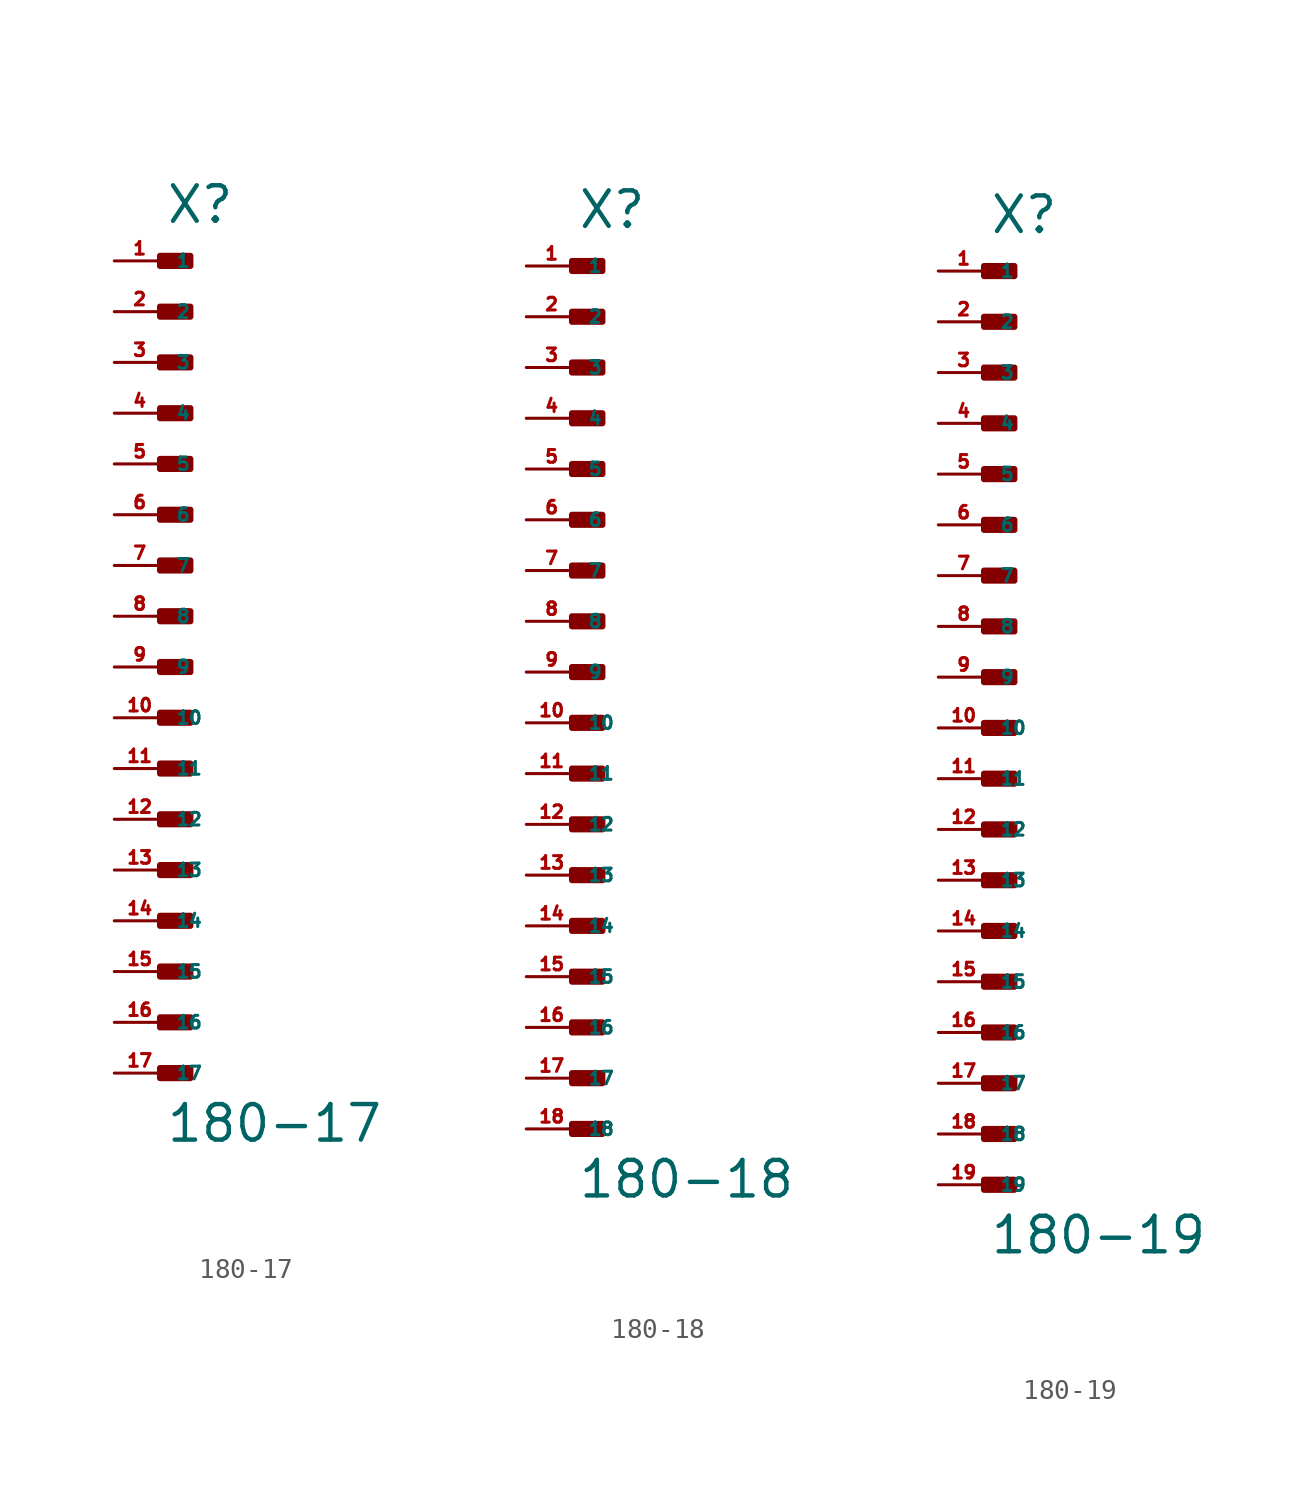
<source format=kicad_sym>
(kicad_symbol_lib
  (version 20220914)
  (generator Eagle2Kicad)
  (symbol "180-17"
    (property "Reference" "X"
      (at 0 22.098 0)
      (effects (font (size 1.778 1.778) (thickness 0.22)) (justify left bottom)))
    (property "Value" "180-17"
      (at 0 -23.876 0)
      (effects (font (size 1.778 1.778) (thickness 0.22)) (justify left bottom)))
    (rectangle
      (start -0.254 20.066)
      (end 1.27 20.574)
      (stroke (width 0.3) (type default))
      (fill (type outline)))
    (rectangle
      (start -0.254 17.526)
      (end 1.27 18.034)
      (stroke (width 0.3) (type default))
      (fill (type outline)))
    (rectangle
      (start -0.254 14.986)
      (end 1.27 15.494)
      (stroke (width 0.3) (type default))
      (fill (type outline)))
    (rectangle
      (start -0.254 12.446)
      (end 1.27 12.954)
      (stroke (width 0.3) (type default))
      (fill (type outline)))
    (rectangle
      (start -0.254 9.906)
      (end 1.27 10.414)
      (stroke (width 0.3) (type default))
      (fill (type outline)))
    (rectangle
      (start -0.254 7.366)
      (end 1.27 7.874)
      (stroke (width 0.3) (type default))
      (fill (type outline)))
    (rectangle
      (start -0.254 4.826)
      (end 1.27 5.334)
      (stroke (width 0.3) (type default))
      (fill (type outline)))
    (rectangle
      (start -0.254 2.286)
      (end 1.27 2.794)
      (stroke (width 0.3) (type default))
      (fill (type outline)))
    (rectangle
      (start -0.254 -0.254)
      (end 1.27 0.254)
      (stroke (width 0.3) (type default))
      (fill (type outline)))
    (rectangle
      (start -0.254 -2.794)
      (end 1.27 -2.286)
      (stroke (width 0.3) (type default))
      (fill (type outline)))
    (rectangle
      (start -0.254 -5.334)
      (end 1.27 -4.826)
      (stroke (width 0.3) (type default))
      (fill (type outline)))
    (rectangle
      (start -0.254 -7.874)
      (end 1.27 -7.366)
      (stroke (width 0.3) (type default))
      (fill (type outline)))
    (rectangle
      (start -0.254 -10.414)
      (end 1.27 -9.906)
      (stroke (width 0.3) (type default))
      (fill (type outline)))
    (rectangle
      (start -0.254 -12.954)
      (end 1.27 -12.446)
      (stroke (width 0.3) (type default))
      (fill (type outline)))
    (rectangle
      (start -0.254 -15.494)
      (end 1.27 -14.986)
      (stroke (width 0.3) (type default))
      (fill (type outline)))
    (rectangle
      (start -0.254 -18.034)
      (end 1.27 -17.526)
      (stroke (width 0.3) (type default))
      (fill (type outline)))
    (rectangle
      (start -0.254 -20.574)
      (end 1.27 -20.066)
      (stroke (width 0.3) (type default))
      (fill (type outline)))
    (pin passive line
      (at -2.54 20.32 0)
      (length 2.54)
      (name "1" (effects (font (size 0.635 0.635) (thickness 0.08)) (justify left bottom)))
      (number "1" (effects (font (size 0.635 0.635) (thickness 0.08)) (justify left bottom))))
    (pin passive line
      (at -2.54 17.78 0)
      (length 2.54)
      (name "2" (effects (font (size 0.635 0.635) (thickness 0.08)) (justify left bottom)))
      (number "2" (effects (font (size 0.635 0.635) (thickness 0.08)) (justify left bottom))))
    (pin passive line
      (at -2.54 15.24 0)
      (length 2.54)
      (name "3" (effects (font (size 0.635 0.635) (thickness 0.08)) (justify left bottom)))
      (number "3" (effects (font (size 0.635 0.635) (thickness 0.08)) (justify left bottom))))
    (pin passive line
      (at -2.54 12.7 0)
      (length 2.54)
      (name "4" (effects (font (size 0.635 0.635) (thickness 0.08)) (justify left bottom)))
      (number "4" (effects (font (size 0.635 0.635) (thickness 0.08)) (justify left bottom))))
    (pin passive line
      (at -2.54 10.16 0)
      (length 2.54)
      (name "5" (effects (font (size 0.635 0.635) (thickness 0.08)) (justify left bottom)))
      (number "5" (effects (font (size 0.635 0.635) (thickness 0.08)) (justify left bottom))))
    (pin passive line
      (at -2.54 7.62 0)
      (length 2.54)
      (name "6" (effects (font (size 0.635 0.635) (thickness 0.08)) (justify left bottom)))
      (number "6" (effects (font (size 0.635 0.635) (thickness 0.08)) (justify left bottom))))
    (pin passive line
      (at -2.54 5.08 0)
      (length 2.54)
      (name "7" (effects (font (size 0.635 0.635) (thickness 0.08)) (justify left bottom)))
      (number "7" (effects (font (size 0.635 0.635) (thickness 0.08)) (justify left bottom))))
    (pin passive line
      (at -2.54 2.54 0)
      (length 2.54)
      (name "8" (effects (font (size 0.635 0.635) (thickness 0.08)) (justify left bottom)))
      (number "8" (effects (font (size 0.635 0.635) (thickness 0.08)) (justify left bottom))))
    (pin passive line
      (at -2.54 0 0)
      (length 2.54)
      (name "9" (effects (font (size 0.635 0.635) (thickness 0.08)) (justify left bottom)))
      (number "9" (effects (font (size 0.635 0.635) (thickness 0.08)) (justify left bottom))))
    (pin passive line
      (at -2.54 -2.54 0)
      (length 2.54)
      (name "10" (effects (font (size 0.635 0.635) (thickness 0.08)) (justify left bottom)))
      (number "10" (effects (font (size 0.635 0.635) (thickness 0.08)) (justify left bottom))))
    (pin passive line
      (at -2.54 -5.08 0)
      (length 2.54)
      (name "11" (effects (font (size 0.635 0.635) (thickness 0.08)) (justify left bottom)))
      (number "11" (effects (font (size 0.635 0.635) (thickness 0.08)) (justify left bottom))))
    (pin passive line
      (at -2.54 -7.62 0)
      (length 2.54)
      (name "12" (effects (font (size 0.635 0.635) (thickness 0.08)) (justify left bottom)))
      (number "12" (effects (font (size 0.635 0.635) (thickness 0.08)) (justify left bottom))))
    (pin passive line
      (at -2.54 -10.16 0)
      (length 2.54)
      (name "13" (effects (font (size 0.635 0.635) (thickness 0.08)) (justify left bottom)))
      (number "13" (effects (font (size 0.635 0.635) (thickness 0.08)) (justify left bottom))))
    (pin passive line
      (at -2.54 -12.7 0)
      (length 2.54)
      (name "14" (effects (font (size 0.635 0.635) (thickness 0.08)) (justify left bottom)))
      (number "14" (effects (font (size 0.635 0.635) (thickness 0.08)) (justify left bottom))))
    (pin passive line
      (at -2.54 -15.24 0)
      (length 2.54)
      (name "15" (effects (font (size 0.635 0.635) (thickness 0.08)) (justify left bottom)))
      (number "15" (effects (font (size 0.635 0.635) (thickness 0.08)) (justify left bottom))))
    (pin passive line
      (at -2.54 -17.78 0)
      (length 2.54)
      (name "16" (effects (font (size 0.635 0.635) (thickness 0.08)) (justify left bottom)))
      (number "16" (effects (font (size 0.635 0.635) (thickness 0.08)) (justify left bottom))))
    (pin passive line
      (at -2.54 -20.32 0)
      (length 2.54)
      (name "17" (effects (font (size 0.635 0.635) (thickness 0.08)) (justify left bottom)))
      (number "17" (effects (font (size 0.635 0.635) (thickness 0.08)) (justify left bottom)))))
  (symbol "180-18"
    (property "Reference" "X"
      (at 0 22.098 0)
      (effects (font (size 1.778 1.778) (thickness 0.22)) (justify left bottom)))
    (property "Value" "180-18"
      (at 0 -26.416 0)
      (effects (font (size 1.778 1.778) (thickness 0.22)) (justify left bottom)))
    (rectangle
      (start -0.254 20.066)
      (end 1.27 20.574)
      (stroke (width 0.3) (type default))
      (fill (type outline)))
    (rectangle
      (start -0.254 17.526)
      (end 1.27 18.034)
      (stroke (width 0.3) (type default))
      (fill (type outline)))
    (rectangle
      (start -0.254 14.986)
      (end 1.27 15.494)
      (stroke (width 0.3) (type default))
      (fill (type outline)))
    (rectangle
      (start -0.254 12.446)
      (end 1.27 12.954)
      (stroke (width 0.3) (type default))
      (fill (type outline)))
    (rectangle
      (start -0.254 9.906)
      (end 1.27 10.414)
      (stroke (width 0.3) (type default))
      (fill (type outline)))
    (rectangle
      (start -0.254 7.366)
      (end 1.27 7.874)
      (stroke (width 0.3) (type default))
      (fill (type outline)))
    (rectangle
      (start -0.254 4.826)
      (end 1.27 5.334)
      (stroke (width 0.3) (type default))
      (fill (type outline)))
    (rectangle
      (start -0.254 2.286)
      (end 1.27 2.794)
      (stroke (width 0.3) (type default))
      (fill (type outline)))
    (rectangle
      (start -0.254 -0.254)
      (end 1.27 0.254)
      (stroke (width 0.3) (type default))
      (fill (type outline)))
    (rectangle
      (start -0.254 -2.794)
      (end 1.27 -2.286)
      (stroke (width 0.3) (type default))
      (fill (type outline)))
    (rectangle
      (start -0.254 -5.334)
      (end 1.27 -4.826)
      (stroke (width 0.3) (type default))
      (fill (type outline)))
    (rectangle
      (start -0.254 -7.874)
      (end 1.27 -7.366)
      (stroke (width 0.3) (type default))
      (fill (type outline)))
    (rectangle
      (start -0.254 -10.414)
      (end 1.27 -9.906)
      (stroke (width 0.3) (type default))
      (fill (type outline)))
    (rectangle
      (start -0.254 -12.954)
      (end 1.27 -12.446)
      (stroke (width 0.3) (type default))
      (fill (type outline)))
    (rectangle
      (start -0.254 -15.494)
      (end 1.27 -14.986)
      (stroke (width 0.3) (type default))
      (fill (type outline)))
    (rectangle
      (start -0.254 -18.034)
      (end 1.27 -17.526)
      (stroke (width 0.3) (type default))
      (fill (type outline)))
    (rectangle
      (start -0.254 -20.574)
      (end 1.27 -20.066)
      (stroke (width 0.3) (type default))
      (fill (type outline)))
    (rectangle
      (start -0.254 -23.114)
      (end 1.27 -22.606)
      (stroke (width 0.3) (type default))
      (fill (type outline)))
    (pin passive line
      (at -2.54 20.32 0)
      (length 2.54)
      (name "1" (effects (font (size 0.635 0.635) (thickness 0.08)) (justify left bottom)))
      (number "1" (effects (font (size 0.635 0.635) (thickness 0.08)) (justify left bottom))))
    (pin passive line
      (at -2.54 17.78 0)
      (length 2.54)
      (name "2" (effects (font (size 0.635 0.635) (thickness 0.08)) (justify left bottom)))
      (number "2" (effects (font (size 0.635 0.635) (thickness 0.08)) (justify left bottom))))
    (pin passive line
      (at -2.54 15.24 0)
      (length 2.54)
      (name "3" (effects (font (size 0.635 0.635) (thickness 0.08)) (justify left bottom)))
      (number "3" (effects (font (size 0.635 0.635) (thickness 0.08)) (justify left bottom))))
    (pin passive line
      (at -2.54 12.7 0)
      (length 2.54)
      (name "4" (effects (font (size 0.635 0.635) (thickness 0.08)) (justify left bottom)))
      (number "4" (effects (font (size 0.635 0.635) (thickness 0.08)) (justify left bottom))))
    (pin passive line
      (at -2.54 10.16 0)
      (length 2.54)
      (name "5" (effects (font (size 0.635 0.635) (thickness 0.08)) (justify left bottom)))
      (number "5" (effects (font (size 0.635 0.635) (thickness 0.08)) (justify left bottom))))
    (pin passive line
      (at -2.54 7.62 0)
      (length 2.54)
      (name "6" (effects (font (size 0.635 0.635) (thickness 0.08)) (justify left bottom)))
      (number "6" (effects (font (size 0.635 0.635) (thickness 0.08)) (justify left bottom))))
    (pin passive line
      (at -2.54 5.08 0)
      (length 2.54)
      (name "7" (effects (font (size 0.635 0.635) (thickness 0.08)) (justify left bottom)))
      (number "7" (effects (font (size 0.635 0.635) (thickness 0.08)) (justify left bottom))))
    (pin passive line
      (at -2.54 2.54 0)
      (length 2.54)
      (name "8" (effects (font (size 0.635 0.635) (thickness 0.08)) (justify left bottom)))
      (number "8" (effects (font (size 0.635 0.635) (thickness 0.08)) (justify left bottom))))
    (pin passive line
      (at -2.54 0 0)
      (length 2.54)
      (name "9" (effects (font (size 0.635 0.635) (thickness 0.08)) (justify left bottom)))
      (number "9" (effects (font (size 0.635 0.635) (thickness 0.08)) (justify left bottom))))
    (pin passive line
      (at -2.54 -2.54 0)
      (length 2.54)
      (name "10" (effects (font (size 0.635 0.635) (thickness 0.08)) (justify left bottom)))
      (number "10" (effects (font (size 0.635 0.635) (thickness 0.08)) (justify left bottom))))
    (pin passive line
      (at -2.54 -5.08 0)
      (length 2.54)
      (name "11" (effects (font (size 0.635 0.635) (thickness 0.08)) (justify left bottom)))
      (number "11" (effects (font (size 0.635 0.635) (thickness 0.08)) (justify left bottom))))
    (pin passive line
      (at -2.54 -7.62 0)
      (length 2.54)
      (name "12" (effects (font (size 0.635 0.635) (thickness 0.08)) (justify left bottom)))
      (number "12" (effects (font (size 0.635 0.635) (thickness 0.08)) (justify left bottom))))
    (pin passive line
      (at -2.54 -10.16 0)
      (length 2.54)
      (name "13" (effects (font (size 0.635 0.635) (thickness 0.08)) (justify left bottom)))
      (number "13" (effects (font (size 0.635 0.635) (thickness 0.08)) (justify left bottom))))
    (pin passive line
      (at -2.54 -12.7 0)
      (length 2.54)
      (name "14" (effects (font (size 0.635 0.635) (thickness 0.08)) (justify left bottom)))
      (number "14" (effects (font (size 0.635 0.635) (thickness 0.08)) (justify left bottom))))
    (pin passive line
      (at -2.54 -15.24 0)
      (length 2.54)
      (name "15" (effects (font (size 0.635 0.635) (thickness 0.08)) (justify left bottom)))
      (number "15" (effects (font (size 0.635 0.635) (thickness 0.08)) (justify left bottom))))
    (pin passive line
      (at -2.54 -17.78 0)
      (length 2.54)
      (name "16" (effects (font (size 0.635 0.635) (thickness 0.08)) (justify left bottom)))
      (number "16" (effects (font (size 0.635 0.635) (thickness 0.08)) (justify left bottom))))
    (pin passive line
      (at -2.54 -20.32 0)
      (length 2.54)
      (name "17" (effects (font (size 0.635 0.635) (thickness 0.08)) (justify left bottom)))
      (number "17" (effects (font (size 0.635 0.635) (thickness 0.08)) (justify left bottom))))
    (pin passive line
      (at -2.54 -22.86 0)
      (length 2.54)
      (name "18" (effects (font (size 0.635 0.635) (thickness 0.08)) (justify left bottom)))
      (number "18" (effects (font (size 0.635 0.635) (thickness 0.08)) (justify left bottom)))))
  (symbol "180-19"
    (property "Reference" "X"
      (at 0 24.638 0)
      (effects (font (size 1.778 1.778) (thickness 0.22)) (justify left bottom)))
    (property "Value" "180-19"
      (at 0 -26.416 0)
      (effects (font (size 1.778 1.778) (thickness 0.22)) (justify left bottom)))
    (rectangle
      (start -0.254 22.606)
      (end 1.27 23.114)
      (stroke (width 0.3) (type default))
      (fill (type outline)))
    (rectangle
      (start -0.254 20.066)
      (end 1.27 20.574)
      (stroke (width 0.3) (type default))
      (fill (type outline)))
    (rectangle
      (start -0.254 17.526)
      (end 1.27 18.034)
      (stroke (width 0.3) (type default))
      (fill (type outline)))
    (rectangle
      (start -0.254 14.986)
      (end 1.27 15.494)
      (stroke (width 0.3) (type default))
      (fill (type outline)))
    (rectangle
      (start -0.254 12.446)
      (end 1.27 12.954)
      (stroke (width 0.3) (type default))
      (fill (type outline)))
    (rectangle
      (start -0.254 9.906)
      (end 1.27 10.414)
      (stroke (width 0.3) (type default))
      (fill (type outline)))
    (rectangle
      (start -0.254 7.366)
      (end 1.27 7.874)
      (stroke (width 0.3) (type default))
      (fill (type outline)))
    (rectangle
      (start -0.254 4.826)
      (end 1.27 5.334)
      (stroke (width 0.3) (type default))
      (fill (type outline)))
    (rectangle
      (start -0.254 2.286)
      (end 1.27 2.794)
      (stroke (width 0.3) (type default))
      (fill (type outline)))
    (rectangle
      (start -0.254 -0.254)
      (end 1.27 0.254)
      (stroke (width 0.3) (type default))
      (fill (type outline)))
    (rectangle
      (start -0.254 -2.794)
      (end 1.27 -2.286)
      (stroke (width 0.3) (type default))
      (fill (type outline)))
    (rectangle
      (start -0.254 -5.334)
      (end 1.27 -4.826)
      (stroke (width 0.3) (type default))
      (fill (type outline)))
    (rectangle
      (start -0.254 -7.874)
      (end 1.27 -7.366)
      (stroke (width 0.3) (type default))
      (fill (type outline)))
    (rectangle
      (start -0.254 -10.414)
      (end 1.27 -9.906)
      (stroke (width 0.3) (type default))
      (fill (type outline)))
    (rectangle
      (start -0.254 -12.954)
      (end 1.27 -12.446)
      (stroke (width 0.3) (type default))
      (fill (type outline)))
    (rectangle
      (start -0.254 -15.494)
      (end 1.27 -14.986)
      (stroke (width 0.3) (type default))
      (fill (type outline)))
    (rectangle
      (start -0.254 -18.034)
      (end 1.27 -17.526)
      (stroke (width 0.3) (type default))
      (fill (type outline)))
    (rectangle
      (start -0.254 -20.574)
      (end 1.27 -20.066)
      (stroke (width 0.3) (type default))
      (fill (type outline)))
    (rectangle
      (start -0.254 -23.114)
      (end 1.27 -22.606)
      (stroke (width 0.3) (type default))
      (fill (type outline)))
    (pin passive line
      (at -2.54 22.86 0)
      (length 2.54)
      (name "1" (effects (font (size 0.635 0.635) (thickness 0.08)) (justify left bottom)))
      (number "1" (effects (font (size 0.635 0.635) (thickness 0.08)) (justify left bottom))))
    (pin passive line
      (at -2.54 20.32 0)
      (length 2.54)
      (name "2" (effects (font (size 0.635 0.635) (thickness 0.08)) (justify left bottom)))
      (number "2" (effects (font (size 0.635 0.635) (thickness 0.08)) (justify left bottom))))
    (pin passive line
      (at -2.54 17.78 0)
      (length 2.54)
      (name "3" (effects (font (size 0.635 0.635) (thickness 0.08)) (justify left bottom)))
      (number "3" (effects (font (size 0.635 0.635) (thickness 0.08)) (justify left bottom))))
    (pin passive line
      (at -2.54 15.24 0)
      (length 2.54)
      (name "4" (effects (font (size 0.635 0.635) (thickness 0.08)) (justify left bottom)))
      (number "4" (effects (font (size 0.635 0.635) (thickness 0.08)) (justify left bottom))))
    (pin passive line
      (at -2.54 12.7 0)
      (length 2.54)
      (name "5" (effects (font (size 0.635 0.635) (thickness 0.08)) (justify left bottom)))
      (number "5" (effects (font (size 0.635 0.635) (thickness 0.08)) (justify left bottom))))
    (pin passive line
      (at -2.54 10.16 0)
      (length 2.54)
      (name "6" (effects (font (size 0.635 0.635) (thickness 0.08)) (justify left bottom)))
      (number "6" (effects (font (size 0.635 0.635) (thickness 0.08)) (justify left bottom))))
    (pin passive line
      (at -2.54 7.62 0)
      (length 2.54)
      (name "7" (effects (font (size 0.635 0.635) (thickness 0.08)) (justify left bottom)))
      (number "7" (effects (font (size 0.635 0.635) (thickness 0.08)) (justify left bottom))))
    (pin passive line
      (at -2.54 5.08 0)
      (length 2.54)
      (name "8" (effects (font (size 0.635 0.635) (thickness 0.08)) (justify left bottom)))
      (number "8" (effects (font (size 0.635 0.635) (thickness 0.08)) (justify left bottom))))
    (pin passive line
      (at -2.54 2.54 0)
      (length 2.54)
      (name "9" (effects (font (size 0.635 0.635) (thickness 0.08)) (justify left bottom)))
      (number "9" (effects (font (size 0.635 0.635) (thickness 0.08)) (justify left bottom))))
    (pin passive line
      (at -2.54 0 0)
      (length 2.54)
      (name "10" (effects (font (size 0.635 0.635) (thickness 0.08)) (justify left bottom)))
      (number "10" (effects (font (size 0.635 0.635) (thickness 0.08)) (justify left bottom))))
    (pin passive line
      (at -2.54 -2.54 0)
      (length 2.54)
      (name "11" (effects (font (size 0.635 0.635) (thickness 0.08)) (justify left bottom)))
      (number "11" (effects (font (size 0.635 0.635) (thickness 0.08)) (justify left bottom))))
    (pin passive line
      (at -2.54 -5.08 0)
      (length 2.54)
      (name "12" (effects (font (size 0.635 0.635) (thickness 0.08)) (justify left bottom)))
      (number "12" (effects (font (size 0.635 0.635) (thickness 0.08)) (justify left bottom))))
    (pin passive line
      (at -2.54 -7.62 0)
      (length 2.54)
      (name "13" (effects (font (size 0.635 0.635) (thickness 0.08)) (justify left bottom)))
      (number "13" (effects (font (size 0.635 0.635) (thickness 0.08)) (justify left bottom))))
    (pin passive line
      (at -2.54 -10.16 0)
      (length 2.54)
      (name "14" (effects (font (size 0.635 0.635) (thickness 0.08)) (justify left bottom)))
      (number "14" (effects (font (size 0.635 0.635) (thickness 0.08)) (justify left bottom))))
    (pin passive line
      (at -2.54 -12.7 0)
      (length 2.54)
      (name "15" (effects (font (size 0.635 0.635) (thickness 0.08)) (justify left bottom)))
      (number "15" (effects (font (size 0.635 0.635) (thickness 0.08)) (justify left bottom))))
    (pin passive line
      (at -2.54 -15.24 0)
      (length 2.54)
      (name "16" (effects (font (size 0.635 0.635) (thickness 0.08)) (justify left bottom)))
      (number "16" (effects (font (size 0.635 0.635) (thickness 0.08)) (justify left bottom))))
    (pin passive line
      (at -2.54 -17.78 0)
      (length 2.54)
      (name "17" (effects (font (size 0.635 0.635) (thickness 0.08)) (justify left bottom)))
      (number "17" (effects (font (size 0.635 0.635) (thickness 0.08)) (justify left bottom))))
    (pin passive line
      (at -2.54 -20.32 0)
      (length 2.54)
      (name "18" (effects (font (size 0.635 0.635) (thickness 0.08)) (justify left bottom)))
      (number "18" (effects (font (size 0.635 0.635) (thickness 0.08)) (justify left bottom))))
    (pin passive line
      (at -2.54 -22.86 0)
      (length 2.54)
      (name "19" (effects (font (size 0.635 0.635) (thickness 0.08)) (justify left bottom)))
      (number "19" (effects (font (size 0.635 0.635) (thickness 0.08)) (justify left bottom))))))
</source>
